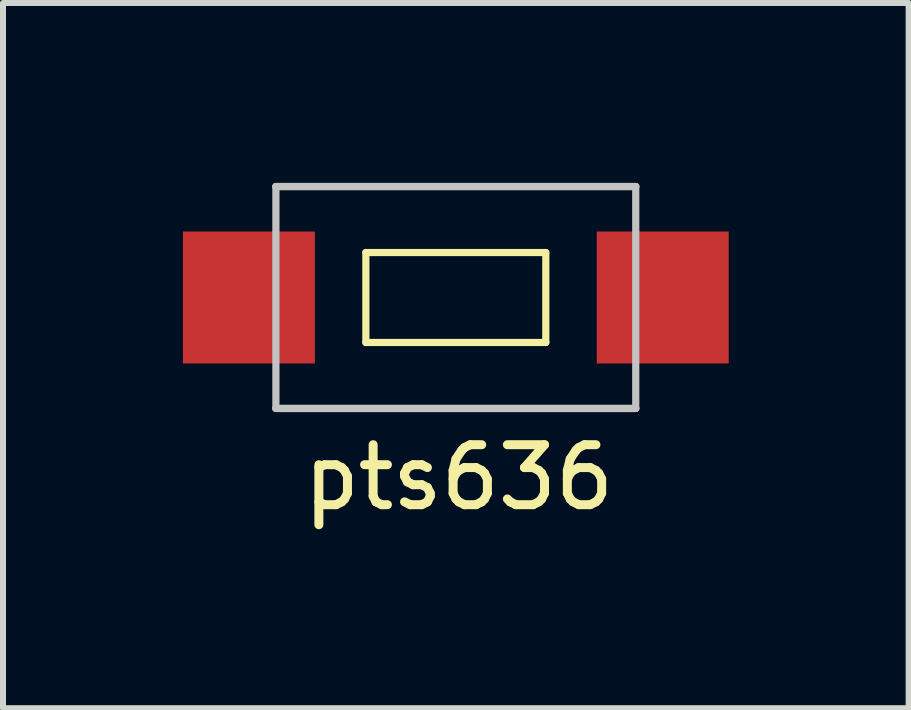
<source format=kicad_pcb>
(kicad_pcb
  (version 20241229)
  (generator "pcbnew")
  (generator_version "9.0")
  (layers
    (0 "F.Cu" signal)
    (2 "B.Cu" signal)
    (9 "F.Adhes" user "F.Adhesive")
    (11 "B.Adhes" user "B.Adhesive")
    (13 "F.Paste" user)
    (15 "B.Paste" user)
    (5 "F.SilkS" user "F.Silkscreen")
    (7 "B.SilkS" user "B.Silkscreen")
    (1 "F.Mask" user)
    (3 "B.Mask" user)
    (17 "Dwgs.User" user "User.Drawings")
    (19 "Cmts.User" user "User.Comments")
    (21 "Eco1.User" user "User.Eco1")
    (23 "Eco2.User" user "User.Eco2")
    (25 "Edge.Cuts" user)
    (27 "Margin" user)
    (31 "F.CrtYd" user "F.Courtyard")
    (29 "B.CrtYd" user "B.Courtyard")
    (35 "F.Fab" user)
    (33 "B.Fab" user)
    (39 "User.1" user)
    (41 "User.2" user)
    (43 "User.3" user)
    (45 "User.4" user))
  (footprint "pts636"
    (layer "F.Cu")
    (at 4.55 1.91)
    (property "Reference" "pts636" (at 0.05 3 0) (layer "F.SilkS") (effects (font (size 1 1) (thickness 0.15))))
    (attr through_hole)
    (fp_line (start -3 -1.85) (end 3 -1.85) (stroke (width 0.12) (type solid)) (layer "F.SilkS"))
    (fp_line (start -3 1.85) (end 3 1.85) (stroke (width 0.12) (type solid)) (layer "F.SilkS"))
    (fp_line (start -1.5 -0.75) (end 1.5 -0.75) (stroke (width 0.12) (type solid)) (layer "F.SilkS"))
    (fp_line (start -1.5 0.75) (end -1.5 -0.75) (stroke (width 0.12) (type solid)) (layer "F.SilkS"))
    (fp_line (start 1.5 -0.75) (end 1.5 0.75) (stroke (width 0.12) (type solid)) (layer "F.SilkS"))
    (fp_line (start 1.5 0.75) (end -1.5 0.75) (stroke (width 0.12) (type solid)) (layer "F.SilkS"))
    (fp_line (start -3 -1.85) (end -3 1.85) (stroke (width 0.12) (type solid)) (layer "Dwgs.User"))
    (fp_line (start -3 1.85) (end 3 1.85) (stroke (width 0.12) (type solid)) (layer "Dwgs.User"))
    (fp_line (start 3 -1.85) (end -3 -1.85) (stroke (width 0.12) (type solid)) (layer "Dwgs.User"))
    (fp_line (start 3 1.85) (end 3 -1.85) (stroke (width 0.12) (type solid)) (layer "Dwgs.User"))
    (pad "1" smd rect (at -3.45 0) (size 2.2 2.2) (layers "F.Cu" "F.Mask" "F.Paste"))
    (pad "2" smd rect (at 3.45 0) (size 2.2 2.2) (layers "F.Cu" "F.Mask" "F.Paste")))
  (gr_rect
    (start -3 -3)
    (end 12.1 8.758)
    (stroke (width 0.1) (type default))
    (fill no)
    (layer "Edge.Cuts")))
</source>
